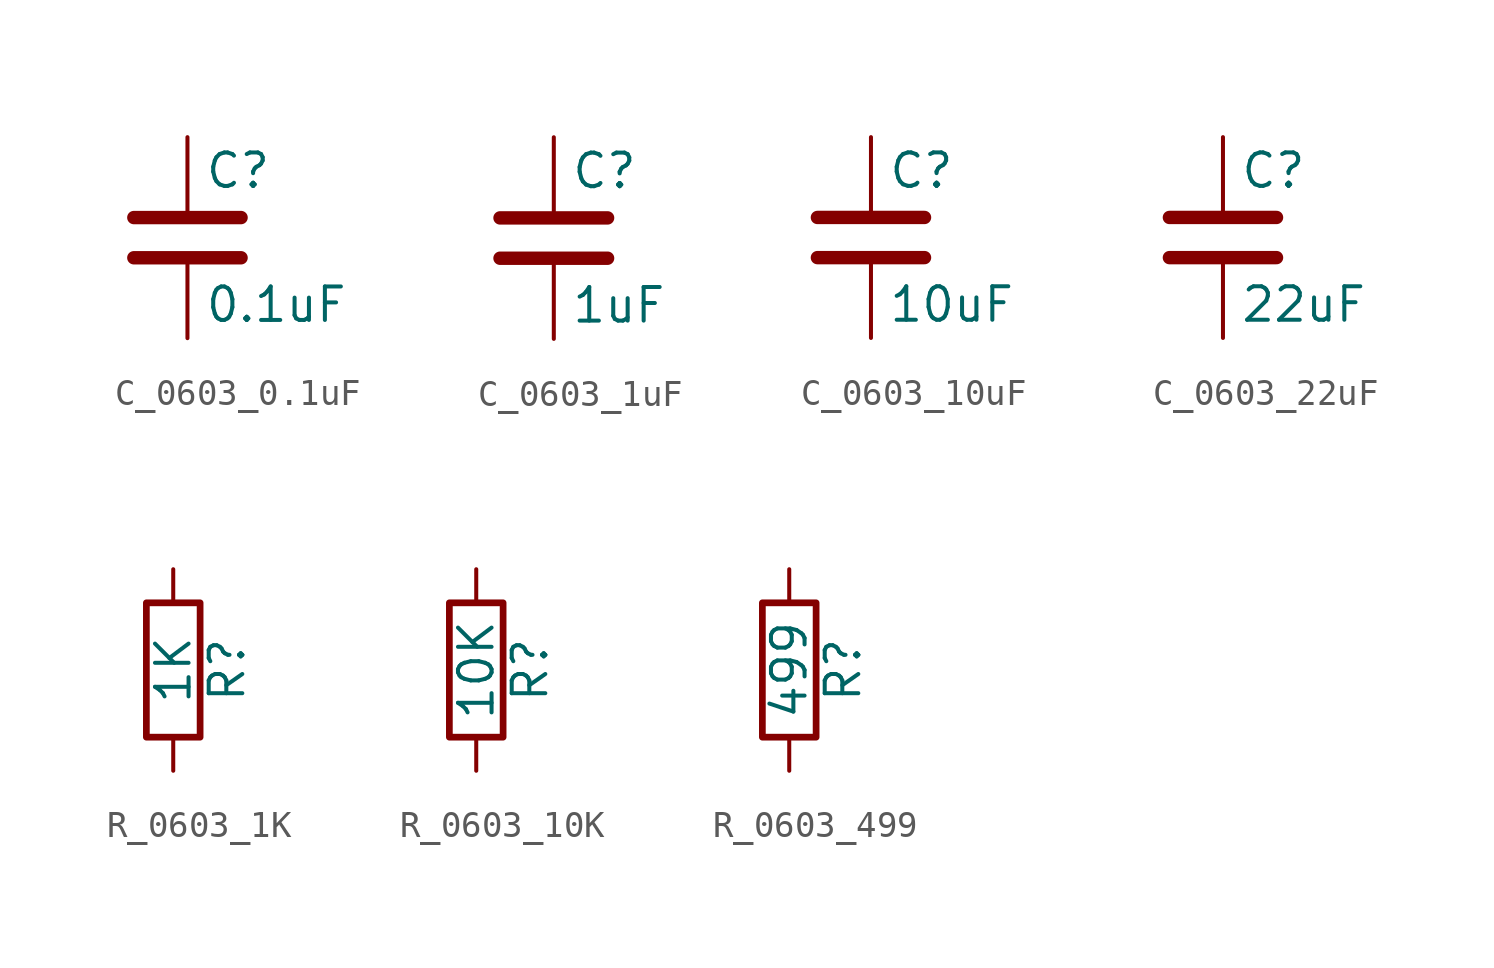
<source format=kicad_sym>
(kicad_symbol_lib
  (version 20241209)
  (generator "kicad_symbol_editor")
  (generator_version "9.0")
  (symbol "C_0603_0.1uF"
    (pin_numbers
      (hide yes))
    (pin_names
      (offset 0.254))
    (property "Reference" "C"
      (at 0.635 2.54 0)
      (effects (font (size 1.27 1.27)) (justify left)))
    (property "Value" "0.1uF"
      (at 0.635 -2.54 0)
      (effects (font (size 1.27 1.27)) (justify left)))
    (symbol "C_0603_0.1uF_0_1"
      (polyline (pts (xy -2.032 0.762) (xy 2.032 0.762)) (stroke (width 0.508) (type default)) (fill (type none)))
      (polyline (pts (xy -2.032 -0.762) (xy 2.032 -0.762)) (stroke (width 0.508) (type default)) (fill (type none))))
    (symbol "C_0603_0.1uF_1_1"
      (pin passive line (at 0 3.81 270) (length 2.794) (name "~" (effects (font (size 1.27 1.27)))) (number "1" (effects (font (size 1.27 1.27)))))
      (pin passive line (at 0 -3.81 90) (length 2.794) (name "~" (effects (font (size 1.27 1.27)))) (number "2" (effects (font (size 1.27 1.27)))))))
  (symbol "C_0603_1uF"
    (pin_numbers
      (hide yes))
    (pin_names
      (offset 0.254))
    (property "Reference" "C"
      (at 0.635 2.54 0)
      (effects (font (size 1.27 1.27)) (justify left)))
    (property "Value" "1uF"
      (at 0.635 -2.54 0)
      (effects (font (size 1.27 1.27)) (justify left)))
    (symbol "C_0603_1uF_0_1"
      (polyline (pts (xy -2.032 0.762) (xy 2.032 0.762)) (stroke (width 0.508) (type default)) (fill (type none)))
      (polyline (pts (xy -2.032 -0.762) (xy 2.032 -0.762)) (stroke (width 0.508) (type default)) (fill (type none))))
    (symbol "C_0603_1uF_1_1"
      (pin passive line (at 0 3.81 270) (length 2.794) (name "~" (effects (font (size 1.27 1.27)))) (number "1" (effects (font (size 1.27 1.27)))))
      (pin passive line (at 0 -3.81 90) (length 2.794) (name "~" (effects (font (size 1.27 1.27)))) (number "2" (effects (font (size 1.27 1.27)))))))
  (symbol "C_0603_10uF"
    (pin_numbers
      (hide yes))
    (pin_names
      (offset 0.254))
    (property "Reference" "C"
      (at 0.635 2.54 0)
      (effects (font (size 1.27 1.27)) (justify left)))
    (property "Value" "10uF"
      (at 0.635 -2.54 0)
      (effects (font (size 1.27 1.27)) (justify left)))
    (symbol "C_0603_10uF_0_1"
      (polyline (pts (xy -2.032 0.762) (xy 2.032 0.762)) (stroke (width 0.508) (type default)) (fill (type none)))
      (polyline (pts (xy -2.032 -0.762) (xy 2.032 -0.762)) (stroke (width 0.508) (type default)) (fill (type none))))
    (symbol "C_0603_10uF_1_1"
      (pin passive line (at 0 3.81 270) (length 2.794) (name "~" (effects (font (size 1.27 1.27)))) (number "1" (effects (font (size 1.27 1.27)))))
      (pin passive line (at 0 -3.81 90) (length 2.794) (name "~" (effects (font (size 1.27 1.27)))) (number "2" (effects (font (size 1.27 1.27)))))))
  (symbol "C_0603_22uF"
    (pin_numbers
      (hide yes))
    (pin_names
      (offset 0.254))
    (property "Reference" "C"
      (at 0.635 2.54 0)
      (effects (font (size 1.27 1.27)) (justify left)))
    (property "Value" "22uF"
      (at 0.635 -2.54 0)
      (effects (font (size 1.27 1.27)) (justify left)))
    (symbol "C_0603_22uF_0_1"
      (polyline (pts (xy -2.032 0.762) (xy 2.032 0.762)) (stroke (width 0.508) (type default)) (fill (type none)))
      (polyline (pts (xy -2.032 -0.762) (xy 2.032 -0.762)) (stroke (width 0.508) (type default)) (fill (type none))))
    (symbol "C_0603_22uF_1_1"
      (pin passive line (at 0 3.81 270) (length 2.794) (name "~" (effects (font (size 1.27 1.27)))) (number "1" (effects (font (size 1.27 1.27)))))
      (pin passive line (at 0 -3.81 90) (length 2.794) (name "~" (effects (font (size 1.27 1.27)))) (number "2" (effects (font (size 1.27 1.27)))))))
  (symbol "R_0603_1K"
    (pin_numbers
      (hide yes))
    (pin_names
      (offset 0))
    (property "Reference" "R"
      (at 2.032 0 90)
      (effects (font (size 1.27 1.27))))
    (property "Value" "1K"
      (at 0 0 90)
      (effects (font (size 1.27 1.27))))
    (symbol "R_0603_1K_0_1"
      (rectangle (start -1.016 -2.54) (end 1.016 2.54) (stroke (width 0.254) (type default)) (fill (type none))))
    (symbol "R_0603_1K_1_1"
      (pin passive line (at 0 3.81 270) (length 1.27) (name "~" (effects (font (size 1.27 1.27)))) (number "1" (effects (font (size 1.27 1.27)))))
      (pin passive line (at 0 -3.81 90) (length 1.27) (name "~" (effects (font (size 1.27 1.27)))) (number "2" (effects (font (size 1.27 1.27)))))))
  (symbol "R_0603_10K"
    (pin_numbers
      (hide yes))
    (pin_names
      (offset 0))
    (property "Reference" "R"
      (at 2.032 0 90)
      (effects (font (size 1.27 1.27))))
    (property "Value" "10K"
      (at 0 0 90)
      (effects (font (size 1.27 1.27))))
    (symbol "R_0603_10K_0_1"
      (rectangle (start -1.016 -2.54) (end 1.016 2.54) (stroke (width 0.254) (type default)) (fill (type none))))
    (symbol "R_0603_10K_1_1"
      (pin passive line (at 0 3.81 270) (length 1.27) (name "~" (effects (font (size 1.27 1.27)))) (number "1" (effects (font (size 1.27 1.27)))))
      (pin passive line (at 0 -3.81 90) (length 1.27) (name "~" (effects (font (size 1.27 1.27)))) (number "2" (effects (font (size 1.27 1.27)))))))
  (symbol "R_0603_499"
    (pin_numbers
      (hide yes))
    (pin_names
      (offset 0))
    (property "Reference" "R"
      (at 2.032 0 90)
      (effects (font (size 1.27 1.27))))
    (property "Value" "499"
      (at 0 0 90)
      (effects (font (size 1.27 1.27))))
    (symbol "R_0603_499_0_1"
      (rectangle (start -1.016 -2.54) (end 1.016 2.54) (stroke (width 0.254) (type default)) (fill (type none))))
    (symbol "R_0603_499_1_1"
      (pin passive line (at 0 3.81 270) (length 1.27) (name "~" (effects (font (size 1.27 1.27)))) (number "1" (effects (font (size 1.27 1.27)))))
      (pin passive line (at 0 -3.81 90) (length 1.27) (name "~" (effects (font (size 1.27 1.27)))) (number "2" (effects (font (size 1.27 1.27))))))))
</source>
